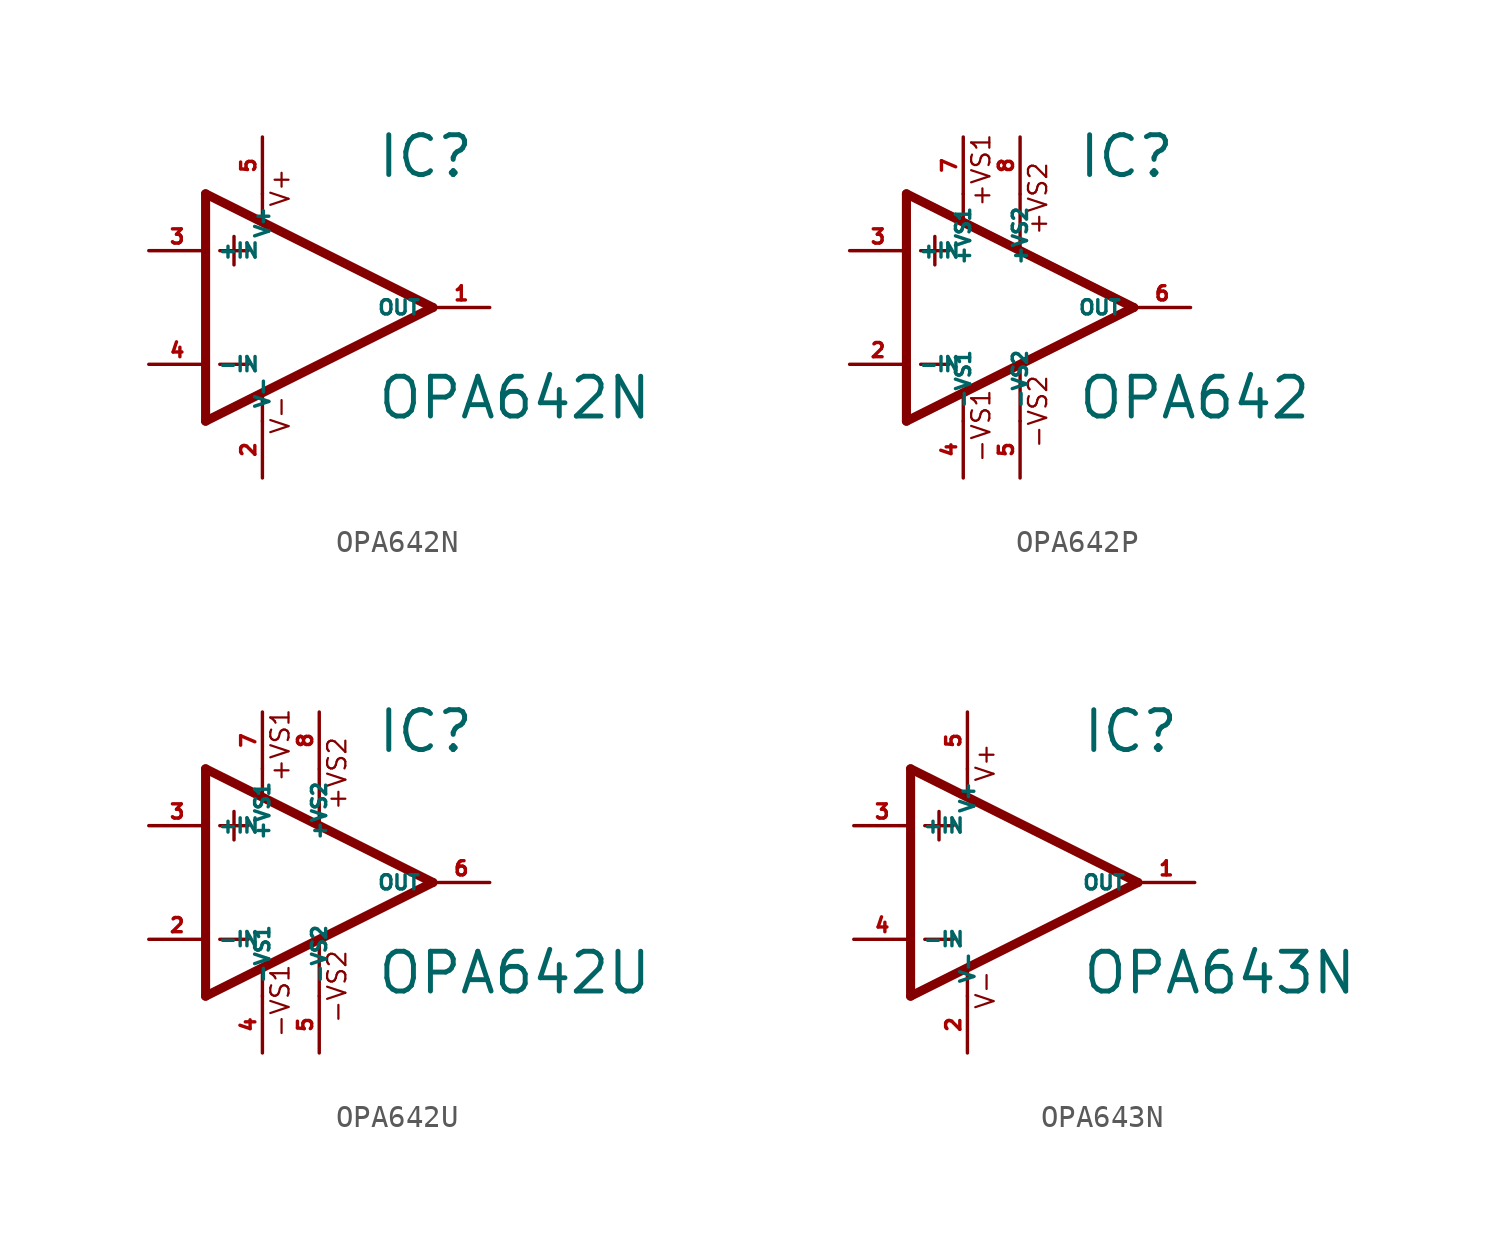
<source format=kicad_sym>
(kicad_symbol_lib
  (version 20220914)
  (generator Eagle2Kicad)
  (symbol "OPA642N"
    (property "Reference" "IC"
      (at 2.54 5.715 0)
      (effects (font (size 1.778 1.778) (thickness 0.22)) (justify left bottom)))
    (property "Value" "OPA642N"
      (at 2.54 -5.08 0)
      (effects (font (size 1.778 1.778) (thickness 0.22)) (justify left bottom)))
    (polyline
      (pts (xy -3.81 3.175) (xy -3.81 1.905))
      (stroke (width 0.152) (type default))
      (fill (type none)))
    (polyline
      (pts (xy -4.445 2.54) (xy -3.175 2.54))
      (stroke (width 0.152) (type default))
      (fill (type none)))
    (polyline
      (pts (xy -4.445 -2.54) (xy -3.175 -2.54))
      (stroke (width 0.152) (type default))
      (fill (type none)))
    (polyline
      (pts (xy -2.54 5.08) (xy -2.54 3.886))
      (stroke (width 0.152) (type default))
      (fill (type none)))
    (polyline
      (pts (xy -2.54 -3.912) (xy -2.54 -5.08))
      (stroke (width 0.152) (type default))
      (fill (type none)))
    (polyline
      (pts (xy 5.08 0) (xy -5.08 5.08))
      (stroke (width 0.406) (type default))
      (fill (type none)))
    (polyline
      (pts (xy -5.08 5.08) (xy -5.08 -5.08))
      (stroke (width 0.406) (type default))
      (fill (type none)))
    (polyline
      (pts (xy -5.08 -5.08) (xy 5.08 0))
      (stroke (width 0.406) (type default))
      (fill (type none)))
    (text "V+"
      (at -1.27 4.445 900)
      (effects (font (size 0.813 0.813) (thickness 0.10)) (justify left bottom)))
    (text "V-"
      (at -1.27 -5.715 900)
      (effects (font (size 0.813 0.813) (thickness 0.10)) (justify left bottom)))
    (pin input line
      (at -7.62 -2.54 0)
      (length 2.54)
      (name "-IN" (effects (font (size 0.635 0.635) (thickness 0.08)) (justify left bottom)))
      (number "4" (effects (font (size 0.635 0.635) (thickness 0.08)) (justify left bottom))))
    (pin input line
      (at -7.62 2.54 0)
      (length 2.54)
      (name "+IN" (effects (font (size 0.635 0.635) (thickness 0.08)) (justify left bottom)))
      (number "3" (effects (font (size 0.635 0.635) (thickness 0.08)) (justify left bottom))))
    (pin output line
      (at 7.62 0 180)
      (length 2.54)
      (name "OUT" (effects (font (size 0.635 0.635) (thickness 0.08)) (justify left bottom)))
      (number "1" (effects (font (size 0.635 0.635) (thickness 0.08)) (justify left bottom))))
    (pin unspecified line
      (at -2.54 7.62 270)
      (length 2.54)
      (name "V+" (effects (font (size 0.635 0.635) (thickness 0.08)) (justify left bottom)))
      (number "5" (effects (font (size 0.635 0.635) (thickness 0.08)) (justify left bottom))))
    (pin unspecified line
      (at -2.54 -7.62 90)
      (length 2.54)
      (name "V-" (effects (font (size 0.635 0.635) (thickness 0.08)) (justify left bottom)))
      (number "2" (effects (font (size 0.635 0.635) (thickness 0.08)) (justify left bottom)))))
  (symbol "OPA642P"
    (property "Reference" "IC"
      (at 2.54 5.715 0)
      (effects (font (size 1.778 1.778) (thickness 0.22)) (justify left bottom)))
    (property "Value" "OPA642"
      (at 2.54 -5.08 0)
      (effects (font (size 1.778 1.778) (thickness 0.22)) (justify left bottom)))
    (polyline
      (pts (xy -3.81 3.175) (xy -3.81 1.905))
      (stroke (width 0.152) (type default))
      (fill (type none)))
    (polyline
      (pts (xy -4.445 2.54) (xy -3.175 2.54))
      (stroke (width 0.152) (type default))
      (fill (type none)))
    (polyline
      (pts (xy -4.445 -2.54) (xy -3.175 -2.54))
      (stroke (width 0.152) (type default))
      (fill (type none)))
    (polyline
      (pts (xy -2.54 5.08) (xy -2.54 3.886))
      (stroke (width 0.152) (type default))
      (fill (type none)))
    (polyline
      (pts (xy 0 5.055) (xy 0 2.616))
      (stroke (width 0.152) (type default))
      (fill (type none)))
    (polyline
      (pts (xy 0 -2.616) (xy 0 -5.08))
      (stroke (width 0.152) (type default))
      (fill (type none)))
    (polyline
      (pts (xy -2.54 -3.912) (xy -2.54 -5.08))
      (stroke (width 0.152) (type default))
      (fill (type none)))
    (polyline
      (pts (xy 5.08 0) (xy -5.08 5.08))
      (stroke (width 0.406) (type default))
      (fill (type none)))
    (polyline
      (pts (xy -5.08 5.08) (xy -5.08 -5.08))
      (stroke (width 0.406) (type default))
      (fill (type none)))
    (polyline
      (pts (xy -5.08 -5.08) (xy 5.08 0))
      (stroke (width 0.406) (type default))
      (fill (type none)))
    (text "+VS1"
      (at -1.27 4.445 900)
      (effects (font (size 0.813 0.813) (thickness 0.10)) (justify left bottom)))
    (text "-VS1"
      (at -1.27 -6.985 900)
      (effects (font (size 0.813 0.813) (thickness 0.10)) (justify left bottom)))
    (text "+VS2"
      (at 1.27 3.175 900)
      (effects (font (size 0.813 0.813) (thickness 0.10)) (justify left bottom)))
    (text "-VS2"
      (at 1.27 -6.35 900)
      (effects (font (size 0.813 0.813) (thickness 0.10)) (justify left bottom)))
    (pin unspecified line
      (at 0 7.62 270)
      (length 2.54)
      (name "+VS2" (effects (font (size 0.635 0.635) (thickness 0.08)) (justify left bottom)))
      (number "8" (effects (font (size 0.635 0.635) (thickness 0.08)) (justify left bottom))))
    (pin input line
      (at -7.62 -2.54 0)
      (length 2.54)
      (name "-IN" (effects (font (size 0.635 0.635) (thickness 0.08)) (justify left bottom)))
      (number "2" (effects (font (size 0.635 0.635) (thickness 0.08)) (justify left bottom))))
    (pin input line
      (at -7.62 2.54 0)
      (length 2.54)
      (name "+IN" (effects (font (size 0.635 0.635) (thickness 0.08)) (justify left bottom)))
      (number "3" (effects (font (size 0.635 0.635) (thickness 0.08)) (justify left bottom))))
    (pin output line
      (at 7.62 0 180)
      (length 2.54)
      (name "OUT" (effects (font (size 0.635 0.635) (thickness 0.08)) (justify left bottom)))
      (number "6" (effects (font (size 0.635 0.635) (thickness 0.08)) (justify left bottom))))
    (pin unspecified line
      (at 0 -7.62 90)
      (length 2.54)
      (name "-VS2" (effects (font (size 0.635 0.635) (thickness 0.08)) (justify left bottom)))
      (number "5" (effects (font (size 0.635 0.635) (thickness 0.08)) (justify left bottom))))
    (pin unspecified line
      (at -2.54 7.62 270)
      (length 2.54)
      (name "+VS1" (effects (font (size 0.635 0.635) (thickness 0.08)) (justify left bottom)))
      (number "7" (effects (font (size 0.635 0.635) (thickness 0.08)) (justify left bottom))))
    (pin unspecified line
      (at -2.54 -7.62 90)
      (length 2.54)
      (name "-VS1" (effects (font (size 0.635 0.635) (thickness 0.08)) (justify left bottom)))
      (number "4" (effects (font (size 0.635 0.635) (thickness 0.08)) (justify left bottom)))))
  (symbol "OPA642U"
    (property "Reference" "IC"
      (at 2.54 5.715 0)
      (effects (font (size 1.778 1.778) (thickness 0.22)) (justify left bottom)))
    (property "Value" "OPA642U"
      (at 2.54 -5.08 0)
      (effects (font (size 1.778 1.778) (thickness 0.22)) (justify left bottom)))
    (polyline
      (pts (xy -3.81 3.175) (xy -3.81 1.905))
      (stroke (width 0.152) (type default))
      (fill (type none)))
    (polyline
      (pts (xy -4.445 2.54) (xy -3.175 2.54))
      (stroke (width 0.152) (type default))
      (fill (type none)))
    (polyline
      (pts (xy -4.445 -2.54) (xy -3.175 -2.54))
      (stroke (width 0.152) (type default))
      (fill (type none)))
    (polyline
      (pts (xy -2.54 5.08) (xy -2.54 3.886))
      (stroke (width 0.152) (type default))
      (fill (type none)))
    (polyline
      (pts (xy 0 5.055) (xy 0 2.616))
      (stroke (width 0.152) (type default))
      (fill (type none)))
    (polyline
      (pts (xy 0 -2.616) (xy 0 -5.08))
      (stroke (width 0.152) (type default))
      (fill (type none)))
    (polyline
      (pts (xy -2.54 -3.912) (xy -2.54 -5.08))
      (stroke (width 0.152) (type default))
      (fill (type none)))
    (polyline
      (pts (xy 5.08 0) (xy -5.08 5.08))
      (stroke (width 0.406) (type default))
      (fill (type none)))
    (polyline
      (pts (xy -5.08 5.08) (xy -5.08 -5.08))
      (stroke (width 0.406) (type default))
      (fill (type none)))
    (polyline
      (pts (xy -5.08 -5.08) (xy 5.08 0))
      (stroke (width 0.406) (type default))
      (fill (type none)))
    (text "+VS1"
      (at -1.27 4.445 900)
      (effects (font (size 0.813 0.813) (thickness 0.10)) (justify left bottom)))
    (text "-VS1"
      (at -1.27 -6.985 900)
      (effects (font (size 0.813 0.813) (thickness 0.10)) (justify left bottom)))
    (text "+VS2"
      (at 1.27 3.175 900)
      (effects (font (size 0.813 0.813) (thickness 0.10)) (justify left bottom)))
    (text "-VS2"
      (at 1.27 -6.35 900)
      (effects (font (size 0.813 0.813) (thickness 0.10)) (justify left bottom)))
    (pin unspecified line
      (at 0 7.62 270)
      (length 2.54)
      (name "+VS2" (effects (font (size 0.635 0.635) (thickness 0.08)) (justify left bottom)))
      (number "8" (effects (font (size 0.635 0.635) (thickness 0.08)) (justify left bottom))))
    (pin input line
      (at -7.62 -2.54 0)
      (length 2.54)
      (name "-IN" (effects (font (size 0.635 0.635) (thickness 0.08)) (justify left bottom)))
      (number "2" (effects (font (size 0.635 0.635) (thickness 0.08)) (justify left bottom))))
    (pin input line
      (at -7.62 2.54 0)
      (length 2.54)
      (name "+IN" (effects (font (size 0.635 0.635) (thickness 0.08)) (justify left bottom)))
      (number "3" (effects (font (size 0.635 0.635) (thickness 0.08)) (justify left bottom))))
    (pin output line
      (at 7.62 0 180)
      (length 2.54)
      (name "OUT" (effects (font (size 0.635 0.635) (thickness 0.08)) (justify left bottom)))
      (number "6" (effects (font (size 0.635 0.635) (thickness 0.08)) (justify left bottom))))
    (pin unspecified line
      (at 0 -7.62 90)
      (length 2.54)
      (name "-VS2" (effects (font (size 0.635 0.635) (thickness 0.08)) (justify left bottom)))
      (number "5" (effects (font (size 0.635 0.635) (thickness 0.08)) (justify left bottom))))
    (pin unspecified line
      (at -2.54 7.62 270)
      (length 2.54)
      (name "+VS1" (effects (font (size 0.635 0.635) (thickness 0.08)) (justify left bottom)))
      (number "7" (effects (font (size 0.635 0.635) (thickness 0.08)) (justify left bottom))))
    (pin unspecified line
      (at -2.54 -7.62 90)
      (length 2.54)
      (name "-VS1" (effects (font (size 0.635 0.635) (thickness 0.08)) (justify left bottom)))
      (number "4" (effects (font (size 0.635 0.635) (thickness 0.08)) (justify left bottom)))))
  (symbol "OPA643N"
    (property "Reference" "IC"
      (at 2.54 5.715 0)
      (effects (font (size 1.778 1.778) (thickness 0.22)) (justify left bottom)))
    (property "Value" "OPA643N"
      (at 2.54 -5.08 0)
      (effects (font (size 1.778 1.778) (thickness 0.22)) (justify left bottom)))
    (polyline
      (pts (xy -3.81 3.175) (xy -3.81 1.905))
      (stroke (width 0.152) (type default))
      (fill (type none)))
    (polyline
      (pts (xy -4.445 2.54) (xy -3.175 2.54))
      (stroke (width 0.152) (type default))
      (fill (type none)))
    (polyline
      (pts (xy -4.445 -2.54) (xy -3.175 -2.54))
      (stroke (width 0.152) (type default))
      (fill (type none)))
    (polyline
      (pts (xy -2.54 5.08) (xy -2.54 3.886))
      (stroke (width 0.152) (type default))
      (fill (type none)))
    (polyline
      (pts (xy -2.54 -3.912) (xy -2.54 -5.08))
      (stroke (width 0.152) (type default))
      (fill (type none)))
    (polyline
      (pts (xy 5.08 0) (xy -5.08 5.08))
      (stroke (width 0.406) (type default))
      (fill (type none)))
    (polyline
      (pts (xy -5.08 5.08) (xy -5.08 -5.08))
      (stroke (width 0.406) (type default))
      (fill (type none)))
    (polyline
      (pts (xy -5.08 -5.08) (xy 5.08 0))
      (stroke (width 0.406) (type default))
      (fill (type none)))
    (text "V+"
      (at -1.27 4.445 900)
      (effects (font (size 0.813 0.813) (thickness 0.10)) (justify left bottom)))
    (text "V-"
      (at -1.27 -5.715 900)
      (effects (font (size 0.813 0.813) (thickness 0.10)) (justify left bottom)))
    (pin input line
      (at -7.62 -2.54 0)
      (length 2.54)
      (name "-IN" (effects (font (size 0.635 0.635) (thickness 0.08)) (justify left bottom)))
      (number "4" (effects (font (size 0.635 0.635) (thickness 0.08)) (justify left bottom))))
    (pin input line
      (at -7.62 2.54 0)
      (length 2.54)
      (name "+IN" (effects (font (size 0.635 0.635) (thickness 0.08)) (justify left bottom)))
      (number "3" (effects (font (size 0.635 0.635) (thickness 0.08)) (justify left bottom))))
    (pin output line
      (at 7.62 0 180)
      (length 2.54)
      (name "OUT" (effects (font (size 0.635 0.635) (thickness 0.08)) (justify left bottom)))
      (number "1" (effects (font (size 0.635 0.635) (thickness 0.08)) (justify left bottom))))
    (pin unspecified line
      (at -2.54 7.62 270)
      (length 2.54)
      (name "V+" (effects (font (size 0.635 0.635) (thickness 0.08)) (justify left bottom)))
      (number "5" (effects (font (size 0.635 0.635) (thickness 0.08)) (justify left bottom))))
    (pin unspecified line
      (at -2.54 -7.62 90)
      (length 2.54)
      (name "V-" (effects (font (size 0.635 0.635) (thickness 0.08)) (justify left bottom)))
      (number "2" (effects (font (size 0.635 0.635) (thickness 0.08)) (justify left bottom))))))
</source>
